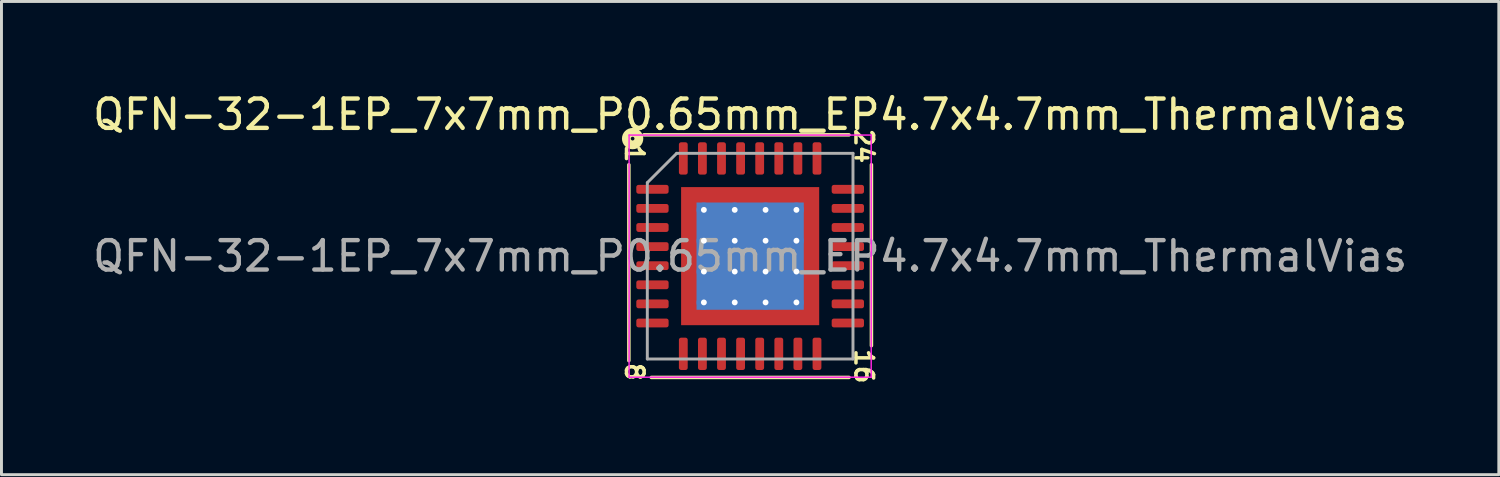
<source format=kicad_pcb>
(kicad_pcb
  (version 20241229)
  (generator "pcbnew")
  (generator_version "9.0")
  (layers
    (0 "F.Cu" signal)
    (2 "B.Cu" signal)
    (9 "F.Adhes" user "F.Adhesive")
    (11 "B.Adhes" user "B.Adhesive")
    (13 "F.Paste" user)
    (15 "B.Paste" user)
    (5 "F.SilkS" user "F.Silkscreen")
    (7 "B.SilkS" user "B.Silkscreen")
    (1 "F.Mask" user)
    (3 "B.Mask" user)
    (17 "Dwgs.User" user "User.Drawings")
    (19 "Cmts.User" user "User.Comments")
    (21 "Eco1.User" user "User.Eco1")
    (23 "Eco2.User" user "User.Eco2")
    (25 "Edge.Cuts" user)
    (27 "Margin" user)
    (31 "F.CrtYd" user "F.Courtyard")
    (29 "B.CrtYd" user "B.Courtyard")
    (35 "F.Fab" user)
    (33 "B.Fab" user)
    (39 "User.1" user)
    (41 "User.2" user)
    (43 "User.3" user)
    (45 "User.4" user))
  (footprint "QFN-32-1EP_7x7mm_P0.65mm_EP4.7x4.7mm_ThermalVias"
    (layer "F.Cu")
    (at 22.482 5.668)
    (property "Reference" "QFN-32-1EP_7x7mm_P0.65mm_EP4.7x4.7mm_ThermalVias" (at 0 -4.82 0) (layer "F.SilkS") (effects (font (size 1 1) (thickness 0.15))))
    (attr smd)
    (fp_line (start -4.128 -3.111) (end -4.128 3.556) (stroke (width 0.12) (type solid)) (layer "F.SilkS"))
    (fp_line (start -3.365 4.128) (end 3.365 4.128) (stroke (width 0.12) (type solid)) (layer "F.SilkS"))
    (fp_line (start 3.365 -4.128) (end -3.619 -4.128) (stroke (width 0.12) (type solid)) (layer "F.SilkS"))
    (fp_line (start 4.128 3.048) (end 4.128 -3.111) (stroke (width 0.12) (type solid)) (layer "F.SilkS"))
    (fp_circle (center -4 -4) (end -3.937 -4) (stroke (width 0.3) (type solid)) (fill no) (layer "F.SilkS"))
    (fp_line (start -4.12 -4.12) (end -4.12 4.12) (stroke (width 0.05) (type solid)) (layer "F.CrtYd"))
    (fp_line (start -4.12 4.12) (end 4.12 4.12) (stroke (width 0.05) (type solid)) (layer "F.CrtYd"))
    (fp_line (start 4.12 -4.12) (end -4.12 -4.12) (stroke (width 0.05) (type solid)) (layer "F.CrtYd"))
    (fp_line (start 4.12 4.12) (end 4.12 -4.12) (stroke (width 0.05) (type solid)) (layer "F.CrtYd"))
    (fp_line (start -3.5 -2.5) (end -2.5 -3.5) (stroke (width 0.1) (type solid)) (layer "F.Fab"))
    (fp_line (start -3.5 3.5) (end -3.5 -2.5) (stroke (width 0.1) (type solid)) (layer "F.Fab"))
    (fp_line (start -2.5 -3.5) (end 3.5 -3.5) (stroke (width 0.1) (type solid)) (layer "F.Fab"))
    (fp_line (start 3.5 -3.5) (end 3.5 3.5) (stroke (width 0.1) (type solid)) (layer "F.Fab"))
    (fp_line (start 3.5 3.5) (end -3.5 3.5) (stroke (width 0.1) (type solid)) (layer "F.Fab"))
    (fp_text user "1" (at -3.937 -3.493 270) (unlocked yes) (layer "F.SilkS") (effects (font (size 0.6 0.6) (thickness 0.12))))
    (fp_text user "16" (at 3.873 3.747 270) (unlocked yes) (layer "F.SilkS") (effects (font (size 0.6 0.6) (thickness 0.12))))
    (fp_text user "24" (at 3.873 -3.747 270) (unlocked yes) (layer "F.SilkS") (effects (font (size 0.6 0.6) (thickness 0.12))))
    (fp_text user "8" (at -3.937 3.937 270) (unlocked yes) (layer "F.SilkS") (effects (font (size 0.6 0.6) (thickness 0.12))))
    (fp_text user "${REFERENCE}" (at 0 0 0) (layer "F.Fab") (effects (font (size 1 1) (thickness 0.15))))
    (pad "" smd custom (at -1.962 -1.962) (size 0.531 0.531) (layers "F.Paste") (options (anchor circle)) (primitives (gr_poly (pts (xy -0.219 -0.219) (xy 0.219 -0.219) (xy 0.219 0.141) (xy 0.141 0.219) (xy -0.219 0.219)) (width 0.188) (fill yes))))
    (pad "" smd custom (at -1.962 -1.05) (size 0.55 0.55) (layers "F.Paste") (options (anchor circle)) (primitives (gr_poly (pts (xy -0.237 -0.348) (xy 0.175 -0.348) (xy 0.237 -0.286) (xy 0.237 0.286) (xy 0.175 0.348) (xy -0.237 0.348)) (width 0.15) (fill yes))))
    (pad "" smd custom (at -1.962 0) (size 0.55 0.55) (layers "F.Paste") (options (anchor circle)) (primitives (gr_poly (pts (xy -0.237 -0.348) (xy 0.175 -0.348) (xy 0.237 -0.286) (xy 0.237 0.286) (xy 0.175 0.348) (xy -0.237 0.348)) (width 0.15) (fill yes))))
    (pad "" smd custom (at -1.962 1.05) (size 0.55 0.55) (layers "F.Paste") (options (anchor circle)) (primitives (gr_poly (pts (xy -0.237 -0.348) (xy 0.175 -0.348) (xy 0.237 -0.286) (xy 0.237 0.286) (xy 0.175 0.348) (xy -0.237 0.348)) (width 0.15) (fill yes))))
    (pad "" smd custom (at -1.962 1.962) (size 0.531 0.531) (layers "F.Paste") (options (anchor circle)) (primitives (gr_poly (pts (xy -0.219 -0.219) (xy 0.141 -0.219) (xy 0.219 -0.141) (xy 0.219 0.219) (xy -0.219 0.219)) (width 0.188) (fill yes))))
    (pad "" smd custom (at -1.05 -1.962) (size 0.55 0.55) (layers "F.Paste") (options (anchor circle)) (primitives (gr_poly (pts (xy -0.348 -0.237) (xy 0.348 -0.237) (xy 0.348 0.175) (xy 0.286 0.237) (xy -0.286 0.237) (xy -0.348 0.175)) (width 0.15) (fill yes))))
    (pad "" smd roundrect (at -1.05 -1.05) (size 0.847 0.847) (layers "F.Paste") (roundrect_rratio 0.25))
    (pad "" smd roundrect (at -1.05 0) (size 0.847 0.847) (layers "F.Paste") (roundrect_rratio 0.25))
    (pad "" smd roundrect (at -1.05 1.05) (size 0.847 0.847) (layers "F.Paste") (roundrect_rratio 0.25))
    (pad "" smd custom (at -1.05 1.962) (size 0.55 0.55) (layers "F.Paste") (options (anchor circle)) (primitives (gr_poly (pts (xy -0.348 -0.175) (xy -0.286 -0.237) (xy 0.286 -0.237) (xy 0.348 -0.175) (xy 0.348 0.237) (xy -0.348 0.237)) (width 0.15) (fill yes))))
    (pad "" smd custom (at 0 -1.962) (size 0.55 0.55) (layers "F.Paste") (options (anchor circle)) (primitives (gr_poly (pts (xy -0.348 -0.237) (xy 0.348 -0.237) (xy 0.348 0.175) (xy 0.286 0.237) (xy -0.286 0.237) (xy -0.348 0.175)) (width 0.15) (fill yes))))
    (pad "" smd roundrect (at 0 -1.05) (size 0.847 0.847) (layers "F.Paste") (roundrect_rratio 0.25))
    (pad "" smd roundrect (at 0 0) (size 0.847 0.847) (layers "F.Paste") (roundrect_rratio 0.25))
    (pad "" smd roundrect (at 0 1.05) (size 0.847 0.847) (layers "F.Paste") (roundrect_rratio 0.25))
    (pad "" smd custom (at 0 1.962) (size 0.55 0.55) (layers "F.Paste") (options (anchor circle)) (primitives (gr_poly (pts (xy -0.348 -0.175) (xy -0.286 -0.237) (xy 0.286 -0.237) (xy 0.348 -0.175) (xy 0.348 0.237) (xy -0.348 0.237)) (width 0.15) (fill yes))))
    (pad "" smd custom (at 1.05 -1.962) (size 0.55 0.55) (layers "F.Paste") (options (anchor circle)) (primitives (gr_poly (pts (xy -0.348 -0.237) (xy 0.348 -0.237) (xy 0.348 0.175) (xy 0.286 0.237) (xy -0.286 0.237) (xy -0.348 0.175)) (width 0.15) (fill yes))))
    (pad "" smd roundrect (at 1.05 -1.05) (size 0.847 0.847) (layers "F.Paste") (roundrect_rratio 0.25))
    (pad "" smd roundrect (at 1.05 0) (size 0.847 0.847) (layers "F.Paste") (roundrect_rratio 0.25))
    (pad "" smd roundrect (at 1.05 1.05) (size 0.847 0.847) (layers "F.Paste") (roundrect_rratio 0.25))
    (pad "" smd custom (at 1.05 1.962) (size 0.55 0.55) (layers "F.Paste") (options (anchor circle)) (primitives (gr_poly (pts (xy -0.348 -0.175) (xy -0.286 -0.237) (xy 0.286 -0.237) (xy 0.348 -0.175) (xy 0.348 0.237) (xy -0.348 0.237)) (width 0.15) (fill yes))))
    (pad "" smd custom (at 1.962 -1.962) (size 0.531 0.531) (layers "F.Paste") (options (anchor circle)) (primitives (gr_poly (pts (xy -0.219 -0.219) (xy 0.219 -0.219) (xy 0.219 0.219) (xy -0.141 0.219) (xy -0.219 0.141)) (width 0.188) (fill yes))))
    (pad "" smd custom (at 1.962 -1.05) (size 0.55 0.55) (layers "F.Paste") (options (anchor circle)) (primitives (gr_poly (pts (xy -0.237 -0.286) (xy -0.175 -0.348) (xy 0.237 -0.348) (xy 0.237 0.348) (xy -0.175 0.348) (xy -0.237 0.286)) (width 0.15) (fill yes))))
    (pad "" smd custom (at 1.962 0) (size 0.55 0.55) (layers "F.Paste") (options (anchor circle)) (primitives (gr_poly (pts (xy -0.237 -0.286) (xy -0.175 -0.348) (xy 0.237 -0.348) (xy 0.237 0.348) (xy -0.175 0.348) (xy -0.237 0.286)) (width 0.15) (fill yes))))
    (pad "" smd custom (at 1.962 1.05) (size 0.55 0.55) (layers "F.Paste") (options (anchor circle)) (primitives (gr_poly (pts (xy -0.237 -0.286) (xy -0.175 -0.348) (xy 0.237 -0.348) (xy 0.237 0.348) (xy -0.175 0.348) (xy -0.237 0.286)) (width 0.15) (fill yes))))
    (pad "" smd custom (at 1.962 1.962) (size 0.531 0.531) (layers "F.Paste") (options (anchor circle)) (primitives (gr_poly (pts (xy -0.219 -0.141) (xy -0.141 -0.219) (xy 0.219 -0.219) (xy 0.219 0.219) (xy -0.219 0.219)) (width 0.188) (fill yes))))
    (pad "1" smd roundrect (at -3.325 -2.275) (size 1.1 0.3) (layers "F.Cu" "F.Mask" "F.Paste") (roundrect_rratio 0.25))
    (pad "2" smd roundrect (at -3.325 -1.625) (size 1.1 0.3) (layers "F.Cu" "F.Mask" "F.Paste") (roundrect_rratio 0.25))
    (pad "3" smd roundrect (at -3.325 -0.975) (size 1.1 0.3) (layers "F.Cu" "F.Mask" "F.Paste") (roundrect_rratio 0.25))
    (pad "4" smd roundrect (at -3.325 -0.325) (size 1.1 0.3) (layers "F.Cu" "F.Mask" "F.Paste") (roundrect_rratio 0.25))
    (pad "5" smd roundrect (at -3.325 0.325) (size 1.1 0.3) (layers "F.Cu" "F.Mask" "F.Paste") (roundrect_rratio 0.25))
    (pad "6" smd roundrect (at -3.325 0.975) (size 1.1 0.3) (layers "F.Cu" "F.Mask" "F.Paste") (roundrect_rratio 0.25))
    (pad "7" smd roundrect (at -3.325 1.625) (size 1.1 0.3) (layers "F.Cu" "F.Mask" "F.Paste") (roundrect_rratio 0.25))
    (pad "8" smd roundrect (at -3.325 2.275) (size 1.1 0.3) (layers "F.Cu" "F.Mask" "F.Paste") (roundrect_rratio 0.25))
    (pad "9" smd roundrect (at -2.275 3.325) (size 0.3 1.1) (layers "F.Cu" "F.Mask" "F.Paste") (roundrect_rratio 0.25))
    (pad "10" smd roundrect (at -1.625 3.325) (size 0.3 1.1) (layers "F.Cu" "F.Mask" "F.Paste") (roundrect_rratio 0.25))
    (pad "11" smd roundrect (at -0.975 3.325) (size 0.3 1.1) (layers "F.Cu" "F.Mask" "F.Paste") (roundrect_rratio 0.25))
    (pad "12" smd roundrect (at -0.325 3.325) (size 0.3 1.1) (layers "F.Cu" "F.Mask" "F.Paste") (roundrect_rratio 0.25))
    (pad "13" smd roundrect (at 0.325 3.325) (size 0.3 1.1) (layers "F.Cu" "F.Mask" "F.Paste") (roundrect_rratio 0.25))
    (pad "14" smd roundrect (at 0.975 3.325) (size 0.3 1.1) (layers "F.Cu" "F.Mask" "F.Paste") (roundrect_rratio 0.25))
    (pad "15" smd roundrect (at 1.625 3.325) (size 0.3 1.1) (layers "F.Cu" "F.Mask" "F.Paste") (roundrect_rratio 0.25))
    (pad "16" smd roundrect (at 2.275 3.325) (size 0.3 1.1) (layers "F.Cu" "F.Mask" "F.Paste") (roundrect_rratio 0.25))
    (pad "17" smd roundrect (at 3.325 2.275) (size 1.1 0.3) (layers "F.Cu" "F.Mask" "F.Paste") (roundrect_rratio 0.25))
    (pad "18" smd roundrect (at 3.325 1.625) (size 1.1 0.3) (layers "F.Cu" "F.Mask" "F.Paste") (roundrect_rratio 0.25))
    (pad "19" smd roundrect (at 3.325 0.975) (size 1.1 0.3) (layers "F.Cu" "F.Mask" "F.Paste") (roundrect_rratio 0.25))
    (pad "20" smd roundrect (at 3.325 0.325) (size 1.1 0.3) (layers "F.Cu" "F.Mask" "F.Paste") (roundrect_rratio 0.25))
    (pad "21" smd roundrect (at 3.325 -0.325) (size 1.1 0.3) (layers "F.Cu" "F.Mask" "F.Paste") (roundrect_rratio 0.25))
    (pad "22" smd roundrect (at 3.325 -0.975) (size 1.1 0.3) (layers "F.Cu" "F.Mask" "F.Paste") (roundrect_rratio 0.25))
    (pad "23" smd roundrect (at 3.325 -1.625) (size 1.1 0.3) (layers "F.Cu" "F.Mask" "F.Paste") (roundrect_rratio 0.25))
    (pad "24" smd roundrect (at 3.325 -2.275) (size 1.1 0.3) (layers "F.Cu" "F.Mask" "F.Paste") (roundrect_rratio 0.25))
    (pad "25" smd roundrect (at 2.275 -3.325) (size 0.3 1.1) (layers "F.Cu" "F.Mask" "F.Paste") (roundrect_rratio 0.25))
    (pad "26" smd roundrect (at 1.625 -3.325) (size 0.3 1.1) (layers "F.Cu" "F.Mask" "F.Paste") (roundrect_rratio 0.25))
    (pad "27" smd roundrect (at 0.975 -3.325) (size 0.3 1.1) (layers "F.Cu" "F.Mask" "F.Paste") (roundrect_rratio 0.25))
    (pad "28" smd roundrect (at 0.325 -3.325) (size 0.3 1.1) (layers "F.Cu" "F.Mask" "F.Paste") (roundrect_rratio 0.25))
    (pad "29" smd roundrect (at -0.325 -3.325) (size 0.3 1.1) (layers "F.Cu" "F.Mask" "F.Paste") (roundrect_rratio 0.25))
    (pad "30" smd roundrect (at -0.975 -3.325) (size 0.3 1.1) (layers "F.Cu" "F.Mask" "F.Paste") (roundrect_rratio 0.25))
    (pad "31" smd roundrect (at -1.625 -3.325) (size 0.3 1.1) (layers "F.Cu" "F.Mask" "F.Paste") (roundrect_rratio 0.25))
    (pad "32" smd roundrect (at -2.275 -3.325) (size 0.3 1.1) (layers "F.Cu" "F.Mask" "F.Paste") (roundrect_rratio 0.25))
    (pad "33" thru_hole circle (at -1.575 -1.575) (size 0.5 0.5) (drill 0.2) (layers "*.Cu"))
    (pad "33" thru_hole circle (at -1.575 -0.525) (size 0.5 0.5) (drill 0.2) (layers "*.Cu"))
    (pad "33" thru_hole circle (at -1.575 0.525) (size 0.5 0.5) (drill 0.2) (layers "*.Cu"))
    (pad "33" thru_hole circle (at -1.575 1.575) (size 0.5 0.5) (drill 0.2) (layers "*.Cu"))
    (pad "33" thru_hole circle (at -0.525 -1.575) (size 0.5 0.5) (drill 0.2) (layers "*.Cu"))
    (pad "33" thru_hole circle (at -0.525 -0.525) (size 0.5 0.5) (drill 0.2) (layers "*.Cu"))
    (pad "33" thru_hole circle (at -0.525 0.525) (size 0.5 0.5) (drill 0.2) (layers "*.Cu"))
    (pad "33" thru_hole circle (at -0.525 1.575) (size 0.5 0.5) (drill 0.2) (layers "*.Cu"))
    (pad "33" smd rect (at 0 0) (size 3.65 3.65) (layers "B.Cu" "B.Mask"))
    (pad "33" smd rect (at 0 0) (size 4.7 4.7) (layers "F.Cu" "F.Mask"))
    (pad "33" thru_hole circle (at 0.525 -1.575) (size 0.5 0.5) (drill 0.2) (layers "*.Cu"))
    (pad "33" thru_hole circle (at 0.525 -0.525) (size 0.5 0.5) (drill 0.2) (layers "*.Cu"))
    (pad "33" thru_hole circle (at 0.525 0.525) (size 0.5 0.5) (drill 0.2) (layers "*.Cu"))
    (pad "33" thru_hole circle (at 0.525 1.575) (size 0.5 0.5) (drill 0.2) (layers "*.Cu"))
    (pad "33" thru_hole circle (at 1.575 -1.575) (size 0.5 0.5) (drill 0.2) (layers "*.Cu"))
    (pad "33" thru_hole circle (at 1.575 -0.525) (size 0.5 0.5) (drill 0.2) (layers "*.Cu"))
    (pad "33" thru_hole circle (at 1.575 0.525) (size 0.5 0.5) (drill 0.2) (layers "*.Cu"))
    (pad "33" thru_hole circle (at 1.575 1.575) (size 0.5 0.5) (drill 0.2) (layers "*.Cu")))
  (gr_rect
    (start -3 -3)
    (end 47.964 13.106)
    (stroke (width 0.1) (type default))
    (fill no)
    (layer "Edge.Cuts")))
</source>
